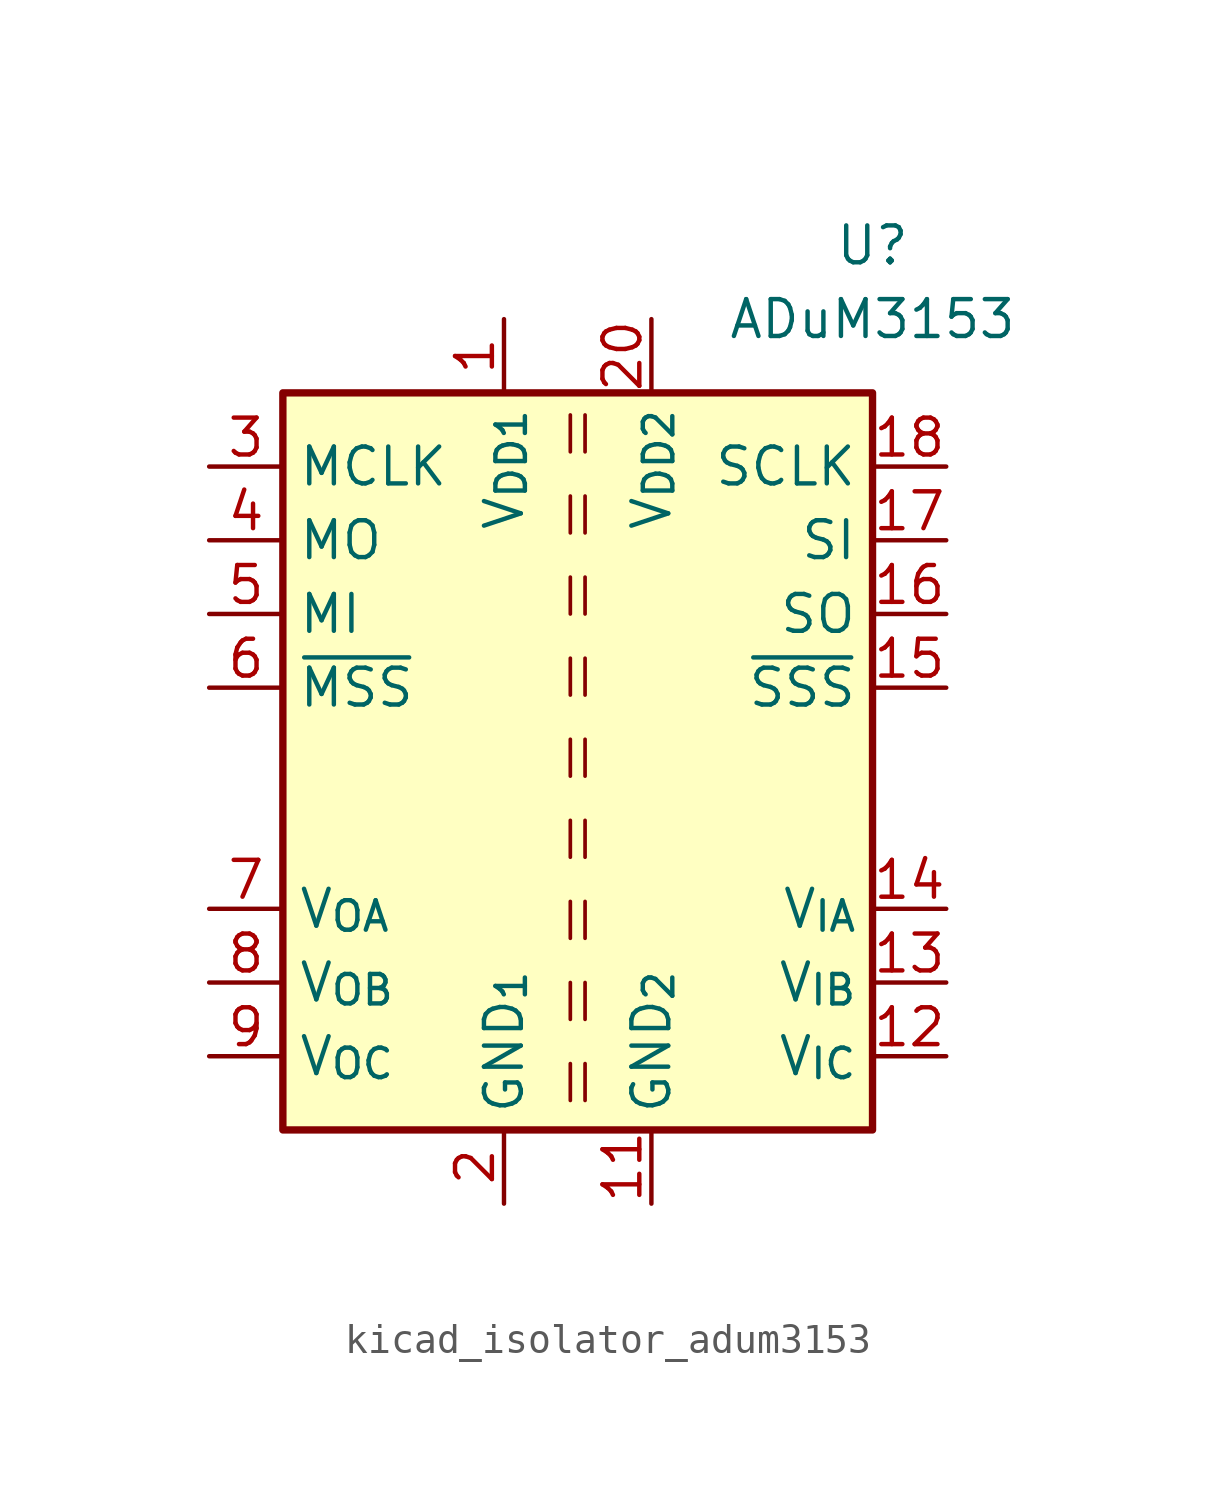
<source format=kicad_sym>
(kicad_symbol_lib
  (version 20220914)
  (generator kicad_symbol_editor)
  (symbol "kicad_isolator_adum3153"
    (property "Reference" "U"
      (at 10.16 17.78 0)
      (effects (font (size 1.27 1.27))))
    (property "Value" "ADuM3153"
      (at 10.16 15.24 0)
      (effects (font (size 1.27 1.27))))
    (symbol "kicad_isolator_adum3153_0_0"
      (rectangle (start -10.16 12.7) (end 10.16 -12.7) (stroke (width 0.254) (type default)) (fill (type background))))
    (symbol "kicad_isolator_adum3153_1_1"
      (polyline (pts (xy -0.254 -10.414) (xy -0.254 -11.684)) (stroke (width 0.127) (type default)) (fill (type none)))
      (polyline (pts (xy -0.254 -7.62) (xy -0.254 -8.89)) (stroke (width 0.127) (type default)) (fill (type none)))
      (polyline (pts (xy -0.254 -4.826) (xy -0.254 -6.096)) (stroke (width 0.127) (type default)) (fill (type none)))
      (polyline (pts (xy -0.254 -2.032) (xy -0.254 -3.302)) (stroke (width 0.127) (type default)) (fill (type none)))
      (polyline (pts (xy -0.254 0.762) (xy -0.254 -0.508)) (stroke (width 0.127) (type default)) (fill (type none)))
      (polyline (pts (xy -0.254 3.556) (xy -0.254 2.286)) (stroke (width 0.127) (type default)) (fill (type none)))
      (polyline (pts (xy -0.254 6.35) (xy -0.254 5.08)) (stroke (width 0.127) (type default)) (fill (type none)))
      (polyline (pts (xy -0.254 9.144) (xy -0.254 7.874)) (stroke (width 0.127) (type default)) (fill (type none)))
      (polyline (pts (xy -0.254 11.938) (xy -0.254 10.668)) (stroke (width 0.127) (type default)) (fill (type none)))
      (polyline (pts (xy 0.254 -10.414) (xy 0.254 -11.684)) (stroke (width 0.127) (type default)) (fill (type none)))
      (polyline (pts (xy 0.254 -7.62) (xy 0.254 -8.89)) (stroke (width 0.127) (type default)) (fill (type none)))
      (polyline (pts (xy 0.254 -4.826) (xy 0.254 -6.096)) (stroke (width 0.127) (type default)) (fill (type none)))
      (polyline (pts (xy 0.254 -2.032) (xy 0.254 -3.302)) (stroke (width 0.127) (type default)) (fill (type none)))
      (polyline (pts (xy 0.254 0.762) (xy 0.254 -0.508)) (stroke (width 0.127) (type default)) (fill (type none)))
      (polyline (pts (xy 0.254 3.556) (xy 0.254 2.286)) (stroke (width 0.127) (type default)) (fill (type none)))
      (polyline (pts (xy 0.254 6.35) (xy 0.254 5.08)) (stroke (width 0.127) (type default)) (fill (type none)))
      (polyline (pts (xy 0.254 9.144) (xy 0.254 7.874)) (stroke (width 0.127) (type default)) (fill (type none)))
      (polyline (pts (xy 0.254 11.938) (xy 0.254 10.668)) (stroke (width 0.127) (type default)) (fill (type none)))
      (pin power_in line (at -2.54 15.24 270) (length 2.54) (name "V_{DD1}" (effects (font (size 1.27 1.27)))) (number "1" (effects (font (size 1.27 1.27)))))
      (pin passive line (at -2.54 -15.24 90) (length 2.54) hide (name "GND_{1}" (effects (font (size 1.27 1.27)))) (number "10" (effects (font (size 1.27 1.27)))))
      (pin power_in line (at 2.54 -15.24 90) (length 2.54) (name "GND_{2}" (effects (font (size 1.27 1.27)))) (number "11" (effects (font (size 1.27 1.27)))))
      (pin input line (at 12.7 -10.16 180) (length 2.54) (name "V_{IC}" (effects (font (size 1.27 1.27)))) (number "12" (effects (font (size 1.27 1.27)))))
      (pin input line (at 12.7 -7.62 180) (length 2.54) (name "V_{IB}" (effects (font (size 1.27 1.27)))) (number "13" (effects (font (size 1.27 1.27)))))
      (pin input line (at 12.7 -5.08 180) (length 2.54) (name "V_{IA}" (effects (font (size 1.27 1.27)))) (number "14" (effects (font (size 1.27 1.27)))))
      (pin output line (at 12.7 2.54 180) (length 2.54) (name "~{SSS}" (effects (font (size 1.27 1.27)))) (number "15" (effects (font (size 1.27 1.27)))))
      (pin input line (at 12.7 5.08 180) (length 2.54) (name "SO" (effects (font (size 1.27 1.27)))) (number "16" (effects (font (size 1.27 1.27)))))
      (pin output line (at 12.7 7.62 180) (length 2.54) (name "SI" (effects (font (size 1.27 1.27)))) (number "17" (effects (font (size 1.27 1.27)))))
      (pin output line (at 12.7 10.16 180) (length 2.54) (name "SCLK" (effects (font (size 1.27 1.27)))) (number "18" (effects (font (size 1.27 1.27)))))
      (pin passive line (at 2.54 -15.24 90) (length 2.54) hide (name "GND_{2}" (effects (font (size 1.27 1.27)))) (number "19" (effects (font (size 1.27 1.27)))))
      (pin power_in line (at -2.54 -15.24 90) (length 2.54) (name "GND_{1}" (effects (font (size 1.27 1.27)))) (number "2" (effects (font (size 1.27 1.27)))))
      (pin power_in line (at 2.54 15.24 270) (length 2.54) (name "V_{DD2}" (effects (font (size 1.27 1.27)))) (number "20" (effects (font (size 1.27 1.27)))))
      (pin input line (at -12.7 10.16 0) (length 2.54) (name "MCLK" (effects (font (size 1.27 1.27)))) (number "3" (effects (font (size 1.27 1.27)))))
      (pin input line (at -12.7 7.62 0) (length 2.54) (name "MO" (effects (font (size 1.27 1.27)))) (number "4" (effects (font (size 1.27 1.27)))))
      (pin output line (at -12.7 5.08 0) (length 2.54) (name "MI" (effects (font (size 1.27 1.27)))) (number "5" (effects (font (size 1.27 1.27)))))
      (pin input line (at -12.7 2.54 0) (length 2.54) (name "~{MSS}" (effects (font (size 1.27 1.27)))) (number "6" (effects (font (size 1.27 1.27)))))
      (pin output line (at -12.7 -5.08 0) (length 2.54) (name "V_{OA}" (effects (font (size 1.27 1.27)))) (number "7" (effects (font (size 1.27 1.27)))))
      (pin output line (at -12.7 -7.62 0) (length 2.54) (name "V_{OB}" (effects (font (size 1.27 1.27)))) (number "8" (effects (font (size 1.27 1.27)))))
      (pin output line (at -12.7 -10.16 0) (length 2.54) (name "V_{OC}" (effects (font (size 1.27 1.27)))) (number "9" (effects (font (size 1.27 1.27))))))))
</source>
